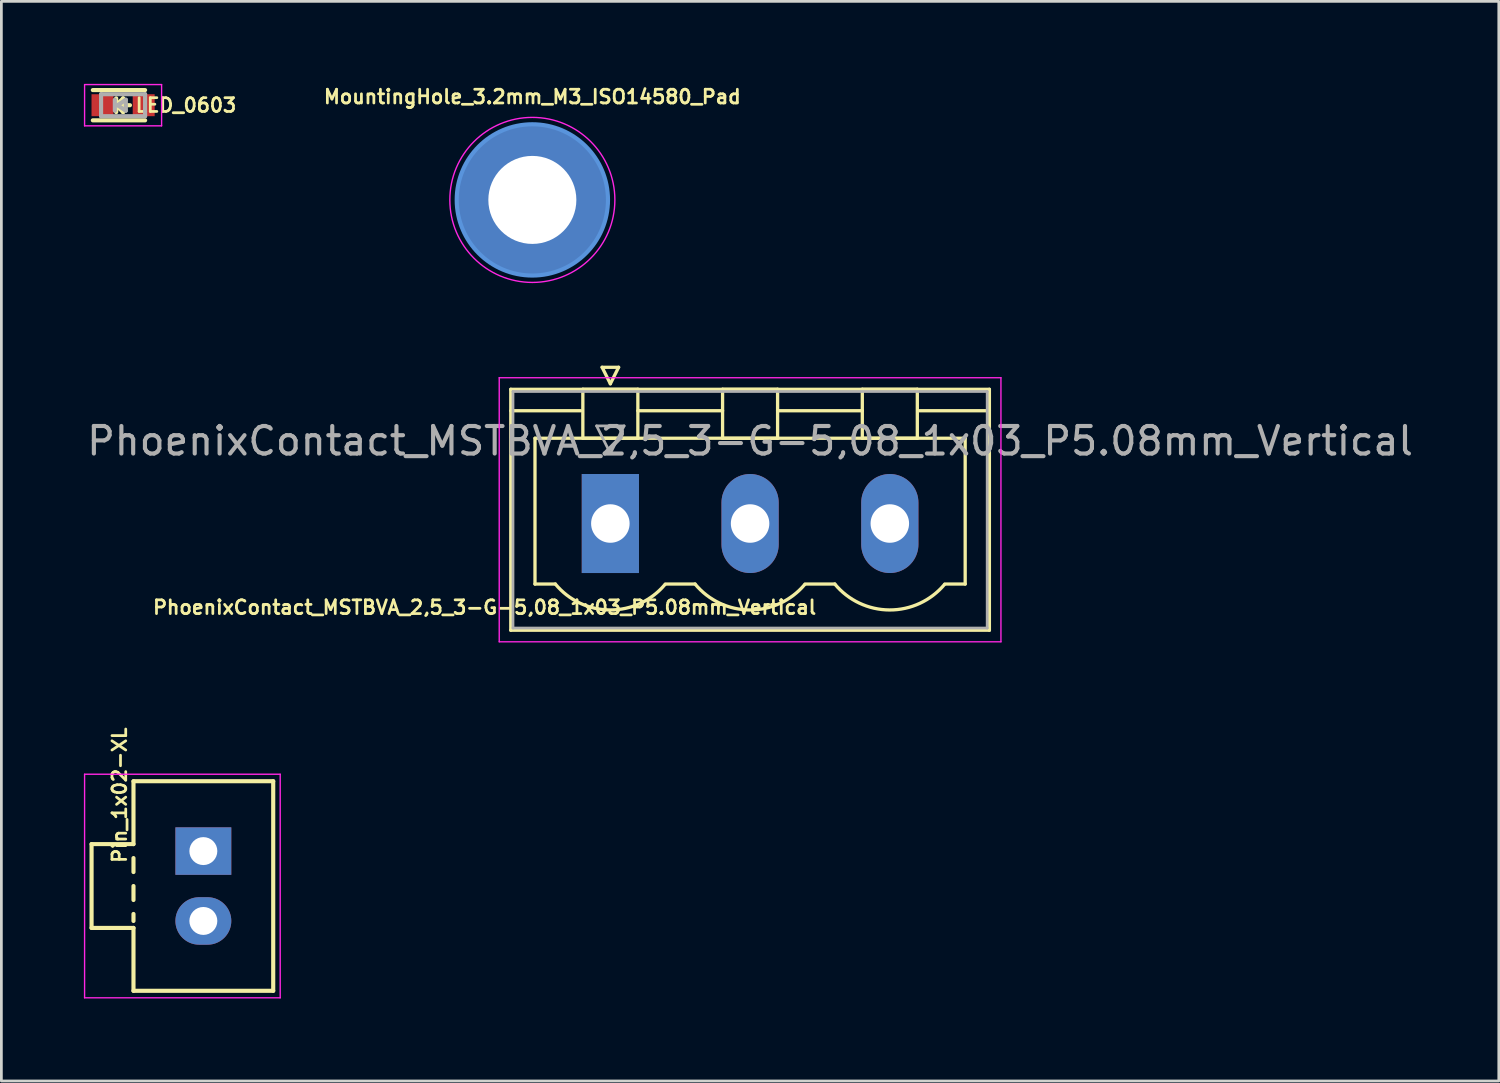
<source format=kicad_pcb>
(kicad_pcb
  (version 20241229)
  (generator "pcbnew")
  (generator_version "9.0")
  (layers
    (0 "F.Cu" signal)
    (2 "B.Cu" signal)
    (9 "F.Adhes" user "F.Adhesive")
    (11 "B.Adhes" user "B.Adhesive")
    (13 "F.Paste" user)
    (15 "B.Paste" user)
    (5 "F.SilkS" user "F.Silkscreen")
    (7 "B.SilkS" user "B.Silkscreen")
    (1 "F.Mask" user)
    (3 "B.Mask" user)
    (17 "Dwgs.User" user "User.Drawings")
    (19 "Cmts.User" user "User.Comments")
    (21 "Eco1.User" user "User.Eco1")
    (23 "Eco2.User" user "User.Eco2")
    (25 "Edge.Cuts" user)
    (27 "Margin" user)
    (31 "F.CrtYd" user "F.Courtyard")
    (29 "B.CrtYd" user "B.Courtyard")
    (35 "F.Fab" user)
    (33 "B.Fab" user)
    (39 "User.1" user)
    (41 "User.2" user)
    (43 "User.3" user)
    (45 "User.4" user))
  (footprint "PhoenixContact_MSTBVA_2,5_3-G-5,08_1x03_P5.08mm_Vertical"
    (layer "F.Cu")
    (at 19.14 15.983)
    (property "Reference" "PhoenixContact_MSTBVA_2,5_3-G-5,08_1x03_P5.08mm_Vertical" (at -4.572 3.048 0) (layer "F.SilkS") (effects (font (size 0.5 0.5) (thickness 0.1))))
    (attr through_hole)
    (fp_line (start -3.62 -4.88) (end -3.62 3.88) (stroke (width 0.12) (type solid)) (layer "F.SilkS"))
    (fp_line (start -3.62 -4.1) (end -1.08 -4.1) (stroke (width 0.12) (type solid)) (layer "F.SilkS"))
    (fp_line (start -3.62 3.88) (end 13.78 3.88) (stroke (width 0.12) (type solid)) (layer "F.SilkS"))
    (fp_line (start -2.74 -3.1) (end 12.9 -3.1) (stroke (width 0.12) (type solid)) (layer "F.SilkS"))
    (fp_line (start -2.74 2.2) (end -2.74 -3.1) (stroke (width 0.12) (type solid)) (layer "F.SilkS"))
    (fp_line (start -2 2.2) (end -2.74 2.2) (stroke (width 0.12) (type solid)) (layer "F.SilkS"))
    (fp_line (start -1 -4.88) (end 1 -4.88) (stroke (width 0.12) (type solid)) (layer "F.SilkS"))
    (fp_line (start -1 -3.1) (end -1 -4.88) (stroke (width 0.12) (type solid)) (layer "F.SilkS"))
    (fp_line (start -0.3 -5.68) (end 0.3 -5.68) (stroke (width 0.12) (type solid)) (layer "F.SilkS"))
    (fp_line (start 0 -5.08) (end -0.3 -5.68) (stroke (width 0.12) (type solid)) (layer "F.SilkS"))
    (fp_line (start 0.3 -5.68) (end 0 -5.08) (stroke (width 0.12) (type solid)) (layer "F.SilkS"))
    (fp_line (start 1 -4.88) (end 1 -3.1) (stroke (width 0.12) (type solid)) (layer "F.SilkS"))
    (fp_line (start 1 -4.1) (end 4.08 -4.1) (stroke (width 0.12) (type solid)) (layer "F.SilkS"))
    (fp_line (start 1 -3.1) (end -1 -3.1) (stroke (width 0.12) (type solid)) (layer "F.SilkS"))
    (fp_line (start 2 2.2) (end 3.08 2.2) (stroke (width 0.12) (type solid)) (layer "F.SilkS"))
    (fp_line (start 4.08 -4.88) (end 6.08 -4.88) (stroke (width 0.12) (type solid)) (layer "F.SilkS"))
    (fp_line (start 4.08 -3.1) (end 4.08 -4.88) (stroke (width 0.12) (type solid)) (layer "F.SilkS"))
    (fp_line (start 6.08 -4.88) (end 6.08 -3.1) (stroke (width 0.12) (type solid)) (layer "F.SilkS"))
    (fp_line (start 6.08 -4.1) (end 9.16 -4.1) (stroke (width 0.12) (type solid)) (layer "F.SilkS"))
    (fp_line (start 6.08 -3.1) (end 4.08 -3.1) (stroke (width 0.12) (type solid)) (layer "F.SilkS"))
    (fp_line (start 7.08 2.2) (end 8.16 2.2) (stroke (width 0.12) (type solid)) (layer "F.SilkS"))
    (fp_line (start 9.16 -4.88) (end 11.16 -4.88) (stroke (width 0.12) (type solid)) (layer "F.SilkS"))
    (fp_line (start 9.16 -3.1) (end 9.16 -4.88) (stroke (width 0.12) (type solid)) (layer "F.SilkS"))
    (fp_line (start 11.16 -4.88) (end 11.16 -3.1) (stroke (width 0.12) (type solid)) (layer "F.SilkS"))
    (fp_line (start 11.16 -3.1) (end 9.16 -3.1) (stroke (width 0.12) (type solid)) (layer "F.SilkS"))
    (fp_line (start 12.9 -3.1) (end 12.9 2.2) (stroke (width 0.12) (type solid)) (layer "F.SilkS"))
    (fp_line (start 12.9 2.2) (end 12.16 2.2) (stroke (width 0.12) (type solid)) (layer "F.SilkS"))
    (fp_line (start 13.78 -4.88) (end -3.62 -4.88) (stroke (width 0.12) (type solid)) (layer "F.SilkS"))
    (fp_line (start 13.78 -4.1) (end 11.24 -4.1) (stroke (width 0.12) (type solid)) (layer "F.SilkS"))
    (fp_line (start 13.78 3.88) (end 13.78 -4.88) (stroke (width 0.12) (type solid)) (layer "F.SilkS"))
    (fp_arc (start 1.986842 2.215821) (mid -0.010289 3.142758) (end -2 2.2) (stroke (width 0.12) (type solid)) (layer "F.SilkS"))
    (fp_arc (start 7.066842 2.215821) (mid 5.069711 3.142758) (end 3.08 2.2) (stroke (width 0.12) (type solid)) (layer "F.SilkS"))
    (fp_arc (start 12.146842 2.215821) (mid 10.149711 3.142758) (end 8.16 2.2) (stroke (width 0.12) (type solid)) (layer "F.SilkS"))
    (fp_line (start -4.04 -5.3) (end -4.04 4.3) (stroke (width 0.05) (type solid)) (layer "F.CrtYd"))
    (fp_line (start -4.04 4.3) (end 14.2 4.3) (stroke (width 0.05) (type solid)) (layer "F.CrtYd"))
    (fp_line (start 14.2 -5.3) (end -4.04 -5.3) (stroke (width 0.05) (type solid)) (layer "F.CrtYd"))
    (fp_line (start 14.2 4.3) (end 14.2 -5.3) (stroke (width 0.05) (type solid)) (layer "F.CrtYd"))
    (fp_line (start -3.54 -4.8) (end -3.54 3.8) (stroke (width 0.1) (type solid)) (layer "F.Fab"))
    (fp_line (start -3.54 3.8) (end 13.7 3.8) (stroke (width 0.1) (type solid)) (layer "F.Fab"))
    (fp_line (start -0.5 -3.55) (end 0.5 -3.55) (stroke (width 0.1) (type solid)) (layer "F.Fab"))
    (fp_line (start 0 -2.55) (end -0.5 -3.55) (stroke (width 0.1) (type solid)) (layer "F.Fab"))
    (fp_line (start 0.5 -3.55) (end 0 -2.55) (stroke (width 0.1) (type solid)) (layer "F.Fab"))
    (fp_line (start 13.7 -4.8) (end -3.54 -4.8) (stroke (width 0.1) (type solid)) (layer "F.Fab"))
    (fp_line (start 13.7 3.8) (end 13.7 -4.8) (stroke (width 0.1) (type solid)) (layer "F.Fab"))
    (fp_text user "${REFERENCE}" (at 5.08 -3 0) (layer "F.Fab") (effects (font (size 1 1) (thickness 0.15))))
    (pad "1" thru_hole rect (at 0 0) (size 2.08 3.6) (drill 1.4) (layers "*.Cu" "*.Mask"))
    (pad "2" thru_hole oval (at 5.08 0) (size 2.08 3.6) (drill 1.4) (layers "*.Cu" "*.Mask"))
    (pad "3" thru_hole oval (at 10.16 0) (size 2.08 3.6) (drill 1.4) (layers "*.Cu" "*.Mask")))
  (footprint "Pin_1x02-XL"
    (layer "F.Cu")
    (at 4.343 27.892)
    (property "Reference" "Pin_1x02-XL" (at -3.048 -2.032 90) (layer "F.SilkS") (effects (font (size 0.5 0.5) (thickness 0.1))))
    (attr through_hole)
    (fp_line (start -4.064 -0.254) (end -4.064 2.794) (stroke (width 0.15) (type solid)) (layer "F.SilkS"))
    (fp_line (start -4.064 2.794) (end -2.54 2.794) (stroke (width 0.15) (type solid)) (layer "F.SilkS"))
    (fp_line (start -2.54 -2.54) (end -2.54 -0.254) (stroke (width 0.15) (type solid)) (layer "F.SilkS"))
    (fp_line (start -2.54 -0.254) (end -4.064 -0.254) (stroke (width 0.15) (type solid)) (layer "F.SilkS"))
    (fp_line (start -2.54 0.254) (end -2.54 0.762) (stroke (width 0.15) (type solid)) (layer "F.SilkS"))
    (fp_line (start -2.54 1.27) (end -2.54 1.778) (stroke (width 0.15) (type solid)) (layer "F.SilkS"))
    (fp_line (start -2.54 2.286) (end -2.54 2.54) (stroke (width 0.15) (type solid)) (layer "F.SilkS"))
    (fp_line (start -2.54 2.794) (end -2.54 5.08) (stroke (width 0.15) (type solid)) (layer "F.SilkS"))
    (fp_line (start -2.54 5.08) (end 2.54 5.08) (stroke (width 0.15) (type solid)) (layer "F.SilkS"))
    (fp_line (start 2.54 -2.54) (end -2.54 -2.54) (stroke (width 0.15) (type solid)) (layer "F.SilkS"))
    (fp_line (start 2.54 -2.54) (end 2.54 5.08) (stroke (width 0.15) (type solid)) (layer "F.SilkS"))
    (fp_line (start -4.318 5.334) (end -4.318 -2.794) (stroke (width 0.05) (type solid)) (layer "F.CrtYd"))
    (fp_line (start -4.318 5.334) (end 2.794 5.334) (stroke (width 0.05) (type solid)) (layer "F.CrtYd"))
    (fp_line (start 2.794 -2.794) (end -4.318 -2.794) (stroke (width 0.05) (type solid)) (layer "F.CrtYd"))
    (fp_line (start 2.794 5.334) (end 2.794 -2.794) (stroke (width 0.05) (type solid)) (layer "F.CrtYd"))
    (pad "1" thru_hole rect (at 0 0) (size 2.032 1.727) (drill 1.016) (layers "*.Cu" "*.Mask"))
    (pad "2" thru_hole oval (at 0 2.54) (size 2.032 1.727) (drill 1.016) (layers "*.Cu" "*.Mask")))
  (footprint "MountingHole_3.2mm_M3_ISO14580_Pad"
    (layer "F.Cu")
    (at 16.304 4.218)
    (property "Reference" "MountingHole_3.2mm_M3_ISO14580_Pad" (at 0 -3.75 0) (layer "F.SilkS") (effects (font (size 0.5 0.5) (thickness 0.1))))
    (attr through_hole)
    (fp_circle (center 0 0) (end 2.75 0) (stroke (width 0.15) (type solid)) (fill no) (layer "Cmts.User"))
    (fp_circle (center 0 0) (end 3 0) (stroke (width 0.05) (type solid)) (fill no) (layer "F.CrtYd"))
    (pad "1" thru_hole circle (at 0 0) (size 5.5 5.5) (drill 3.2) (layers "*.Cu" "*.Mask")))
  (footprint "LED_0603"
    (layer "F.Cu")
    (at 1.425 0.775)
    (property "Reference" "LED_0603" (at 2.286 0 0) (layer "F.SilkS") (effects (font (size 0.5 0.5) (thickness 0.1))))
    (attr smd)
    (fp_line (start -1.1 -0.55) (end 0.8 -0.55) (stroke (width 0.15) (type solid)) (layer "F.SilkS"))
    (fp_line (start -1.1 0.55) (end 0.8 0.55) (stroke (width 0.15) (type solid)) (layer "F.SilkS"))
    (fp_line (start -0.25 -0.25) (end -0.25 0.25) (stroke (width 0.15) (type solid)) (layer "F.SilkS"))
    (fp_line (start -0.25 0) (end 0 -0.25) (stroke (width 0.15) (type solid)) (layer "F.SilkS"))
    (fp_line (start -0.2 0) (end 0.25 0) (stroke (width 0.15) (type solid)) (layer "F.SilkS"))
    (fp_line (start 0 -0.25) (end 0 0.25) (stroke (width 0.15) (type solid)) (layer "F.SilkS"))
    (fp_line (start 0 0.25) (end -0.25 0) (stroke (width 0.15) (type solid)) (layer "F.SilkS"))
    (fp_line (start -1.4 -0.75) (end 1.4 -0.75) (stroke (width 0.05) (type solid)) (layer "F.CrtYd"))
    (fp_line (start -1.4 0.75) (end -1.4 -0.75) (stroke (width 0.05) (type solid)) (layer "F.CrtYd"))
    (fp_line (start 1.4 -0.75) (end 1.4 0.75) (stroke (width 0.05) (type solid)) (layer "F.CrtYd"))
    (fp_line (start 1.4 0.75) (end -1.4 0.75) (stroke (width 0.05) (type solid)) (layer "F.CrtYd"))
    (fp_line (start -0.8 -0.4) (end 0.8 -0.4) (stroke (width 0.15) (type solid)) (layer "F.Fab"))
    (fp_line (start -0.8 0.4) (end -0.8 -0.4) (stroke (width 0.15) (type solid)) (layer "F.Fab"))
    (fp_line (start -0.3 -0.2) (end -0.3 0.2) (stroke (width 0.15) (type solid)) (layer "F.Fab"))
    (fp_line (start -0.2 0) (end 0.1 -0.2) (stroke (width 0.15) (type solid)) (layer "F.Fab"))
    (fp_line (start 0.1 -0.2) (end 0.1 0.2) (stroke (width 0.15) (type solid)) (layer "F.Fab"))
    (fp_line (start 0.1 0.2) (end -0.2 0) (stroke (width 0.15) (type solid)) (layer "F.Fab"))
    (fp_line (start 0.8 -0.4) (end 0.8 0.4) (stroke (width 0.15) (type solid)) (layer "F.Fab"))
    (fp_line (start 0.8 0.4) (end -0.8 0.4) (stroke (width 0.15) (type solid)) (layer "F.Fab"))
    (pad "1" smd rect (at -0.749 0 180) (size 0.798 0.798) (layers "F.Cu" "F.Mask" "F.Paste"))
    (pad "2" smd rect (at 0.749 0 180) (size 0.798 0.798) (layers "F.Cu" "F.Mask" "F.Paste")))
  (gr_rect
    (start -3 -3)
    (end 51.44 36.251)
    (stroke (width 0.1) (type default))
    (fill no)
    (layer "Edge.Cuts")))
</source>
